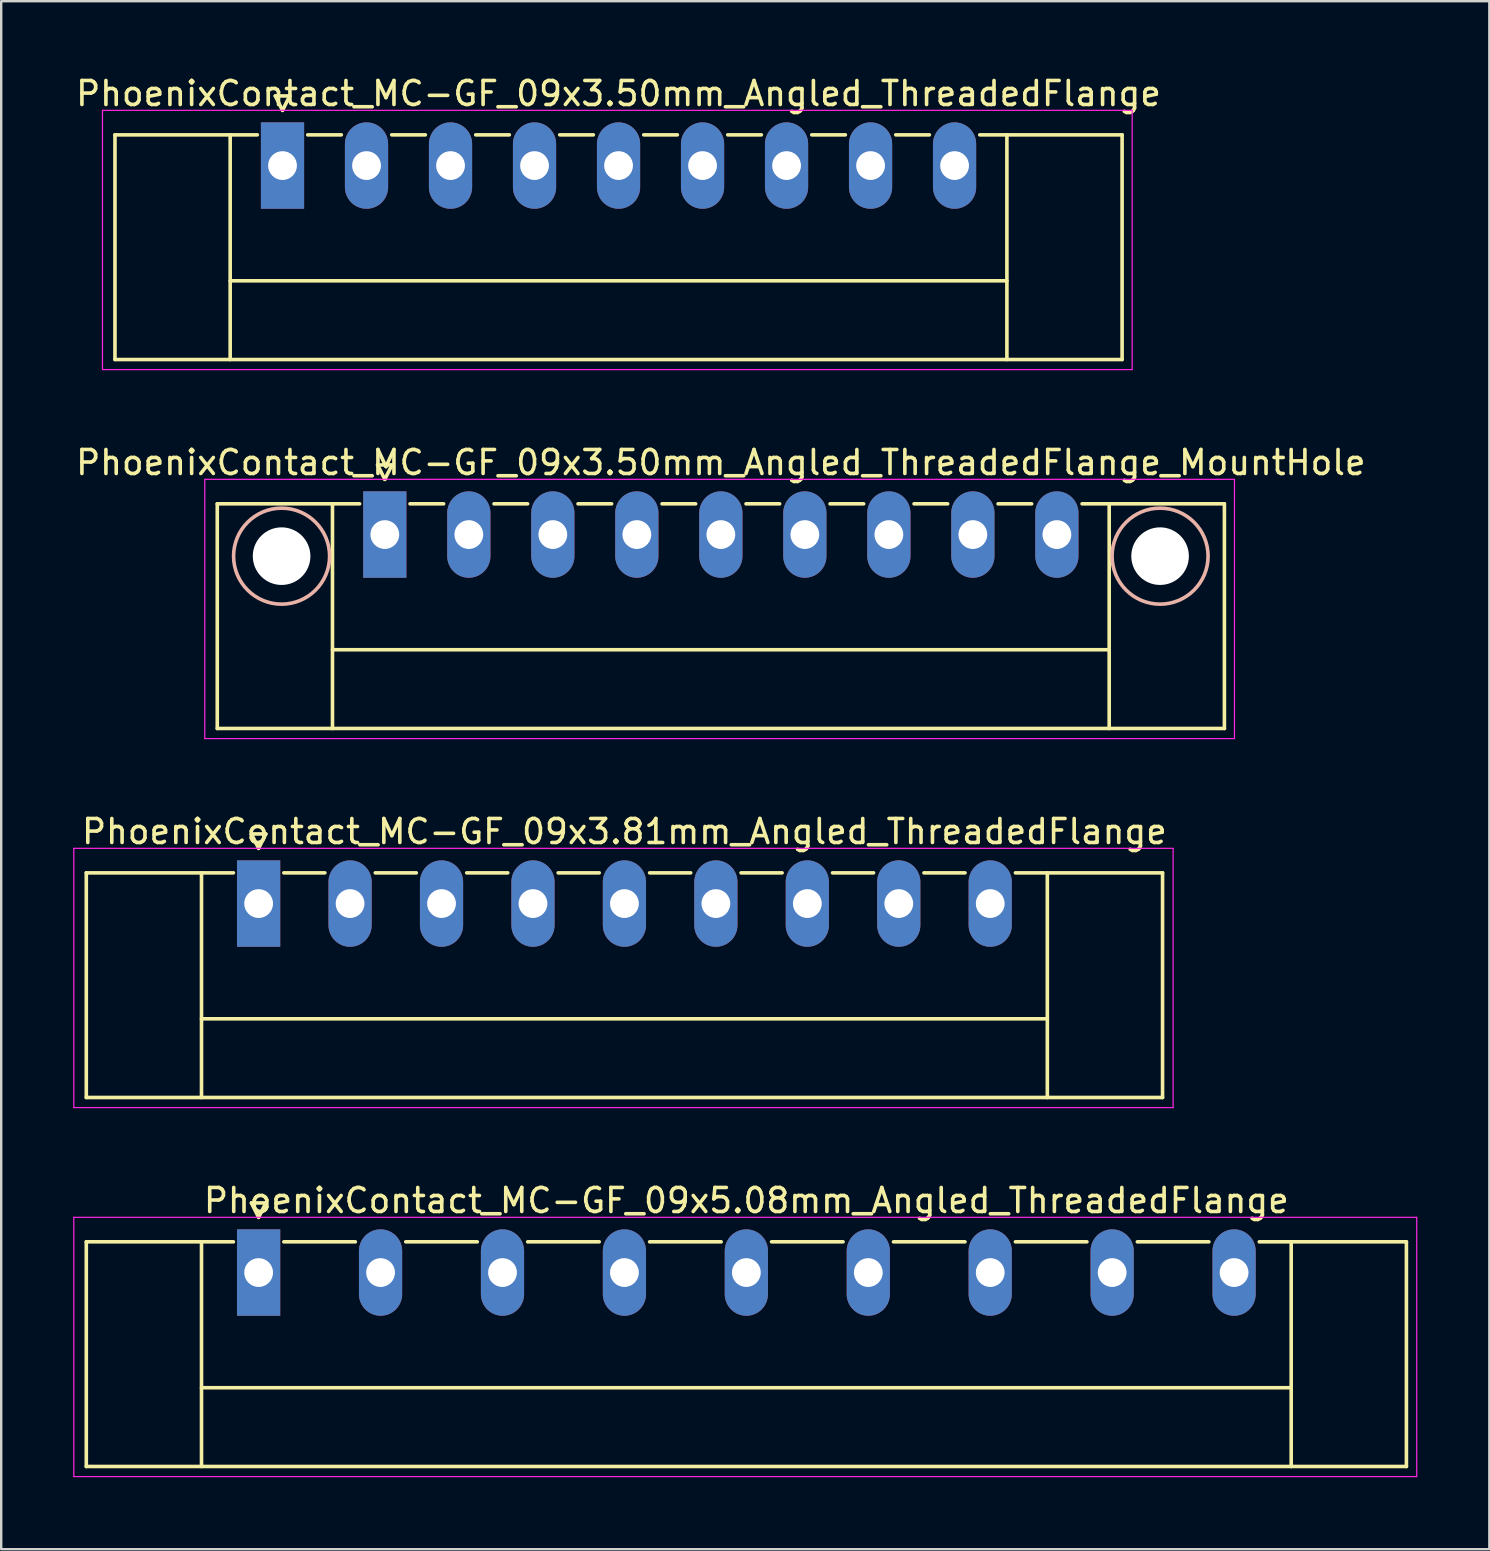
<source format=kicad_pcb>
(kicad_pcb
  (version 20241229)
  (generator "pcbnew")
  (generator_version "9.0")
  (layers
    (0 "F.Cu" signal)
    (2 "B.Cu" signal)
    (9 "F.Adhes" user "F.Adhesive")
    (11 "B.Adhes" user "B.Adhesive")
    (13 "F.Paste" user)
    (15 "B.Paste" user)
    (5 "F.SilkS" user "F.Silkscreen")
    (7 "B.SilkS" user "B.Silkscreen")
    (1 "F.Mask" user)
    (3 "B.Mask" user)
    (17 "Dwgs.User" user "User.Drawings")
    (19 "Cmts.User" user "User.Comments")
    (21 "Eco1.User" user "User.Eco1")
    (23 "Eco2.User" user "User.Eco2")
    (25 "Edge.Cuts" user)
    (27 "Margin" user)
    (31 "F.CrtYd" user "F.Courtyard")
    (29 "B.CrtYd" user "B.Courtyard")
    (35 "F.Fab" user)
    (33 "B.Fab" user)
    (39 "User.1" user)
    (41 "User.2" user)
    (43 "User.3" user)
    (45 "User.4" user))
  (footprint "PhoenixContact_MC-GF_09x3.50mm_Angled_ThreadedFlange_MountHole"
    (layer "F.Cu")
    (at 12.982 19.221)
    (property "Reference" "PhoenixContact_MC-GF_09x3.50mm_Angled_ThreadedFlange_MountHole" (at 14 -3 0) (layer "F.SilkS") (effects (font (size 1 1) (thickness 0.15))))
    (attr through_hole)
    (fp_line (start -6.98 -1.28) (end -6.98 8.08) (stroke (width 0.15) (type solid)) (layer "F.SilkS"))
    (fp_line (start -6.98 -1.28) (end -1.05 -1.28) (stroke (width 0.15) (type solid)) (layer "F.SilkS"))
    (fp_line (start -6.98 8.08) (end 34.98 8.08) (stroke (width 0.15) (type solid)) (layer "F.SilkS"))
    (fp_line (start -2.18 -1.28) (end -2.18 8.08) (stroke (width 0.15) (type solid)) (layer "F.SilkS"))
    (fp_line (start -2.18 4.8) (end 30.18 4.8) (stroke (width 0.15) (type solid)) (layer "F.SilkS"))
    (fp_line (start -0.3 -2.9) (end 0 -2.3) (stroke (width 0.15) (type solid)) (layer "F.SilkS"))
    (fp_line (start 0 -2.3) (end 0.3 -2.9) (stroke (width 0.15) (type solid)) (layer "F.SilkS"))
    (fp_line (start 0.3 -2.9) (end -0.3 -2.9) (stroke (width 0.15) (type solid)) (layer "F.SilkS"))
    (fp_line (start 1.05 -1.28) (end 2.45 -1.28) (stroke (width 0.15) (type solid)) (layer "F.SilkS"))
    (fp_line (start 4.55 -1.28) (end 5.95 -1.28) (stroke (width 0.15) (type solid)) (layer "F.SilkS"))
    (fp_line (start 8.05 -1.28) (end 9.45 -1.28) (stroke (width 0.15) (type solid)) (layer "F.SilkS"))
    (fp_line (start 11.55 -1.28) (end 12.95 -1.28) (stroke (width 0.15) (type solid)) (layer "F.SilkS"))
    (fp_line (start 15.05 -1.28) (end 16.45 -1.28) (stroke (width 0.15) (type solid)) (layer "F.SilkS"))
    (fp_line (start 18.55 -1.28) (end 19.95 -1.28) (stroke (width 0.15) (type solid)) (layer "F.SilkS"))
    (fp_line (start 22.05 -1.28) (end 23.45 -1.28) (stroke (width 0.15) (type solid)) (layer "F.SilkS"))
    (fp_line (start 25.55 -1.28) (end 26.95 -1.28) (stroke (width 0.15) (type solid)) (layer "F.SilkS"))
    (fp_line (start 30.18 -1.28) (end 30.18 8.08) (stroke (width 0.15) (type solid)) (layer "F.SilkS"))
    (fp_line (start 34.98 -1.28) (end 29.05 -1.28) (stroke (width 0.15) (type solid)) (layer "F.SilkS"))
    (fp_line (start 34.98 8.08) (end 34.98 -1.28) (stroke (width 0.15) (type solid)) (layer "F.SilkS"))
    (fp_circle (center -4.3 0.9) (end -2.3 0.9) (stroke (width 0.15) (type solid)) (fill no) (layer "B.SilkS"))
    (fp_circle (center 32.3 0.9) (end 34.3 0.9) (stroke (width 0.15) (type solid)) (fill no) (layer "B.SilkS"))
    (fp_line (start -7.5 -2.3) (end -7.5 8.5) (stroke (width 0.05) (type solid)) (layer "F.CrtYd"))
    (fp_line (start -7.5 8.5) (end 35.4 8.5) (stroke (width 0.05) (type solid)) (layer "F.CrtYd"))
    (fp_line (start 35.4 -2.3) (end -7.5 -2.3) (stroke (width 0.05) (type solid)) (layer "F.CrtYd"))
    (fp_line (start 35.4 8.5) (end 35.4 -2.3) (stroke (width 0.05) (type solid)) (layer "F.CrtYd"))
    (pad "" np_thru_hole circle (at -4.3 0.9) (size 2.4 2.4) (drill 2.4) (layers "*.Cu" "*.Mask"))
    (pad "" np_thru_hole circle (at 32.3 0.9) (size 2.4 2.4) (drill 2.4) (layers "*.Cu" "*.Mask"))
    (pad "1" thru_hole rect (at 0 0) (size 1.8 3.6) (drill 1.2) (layers "*.Cu" "*.Mask"))
    (pad "2" thru_hole oval (at 3.5 0) (size 1.8 3.6) (drill 1.2) (layers "*.Cu" "*.Mask"))
    (pad "3" thru_hole oval (at 7 0) (size 1.8 3.6) (drill 1.2) (layers "*.Cu" "*.Mask"))
    (pad "4" thru_hole oval (at 10.5 0) (size 1.8 3.6) (drill 1.2) (layers "*.Cu" "*.Mask"))
    (pad "5" thru_hole oval (at 14 0) (size 1.8 3.6) (drill 1.2) (layers "*.Cu" "*.Mask"))
    (pad "6" thru_hole oval (at 17.5 0) (size 1.8 3.6) (drill 1.2) (layers "*.Cu" "*.Mask"))
    (pad "7" thru_hole oval (at 21 0) (size 1.8 3.6) (drill 1.2) (layers "*.Cu" "*.Mask"))
    (pad "8" thru_hole oval (at 24.5 0) (size 1.8 3.6) (drill 1.2) (layers "*.Cu" "*.Mask"))
    (pad "9" thru_hole oval (at 28 0) (size 1.8 3.6) (drill 1.2) (layers "*.Cu" "*.Mask")))
  (footprint "PhoenixContact_MC-GF_09x3.50mm_Angled_ThreadedFlange"
    (layer "F.Cu")
    (at 8.72 3.848)
    (property "Reference" "PhoenixContact_MC-GF_09x3.50mm_Angled_ThreadedFlange" (at 14 -3 0) (layer "F.SilkS") (effects (font (size 1 1) (thickness 0.15))))
    (attr through_hole)
    (fp_line (start -6.98 -1.28) (end -6.98 8.08) (stroke (width 0.15) (type solid)) (layer "F.SilkS"))
    (fp_line (start -6.98 -1.28) (end -1.05 -1.28) (stroke (width 0.15) (type solid)) (layer "F.SilkS"))
    (fp_line (start -6.98 8.08) (end 34.98 8.08) (stroke (width 0.15) (type solid)) (layer "F.SilkS"))
    (fp_line (start -2.18 -1.28) (end -2.18 8.08) (stroke (width 0.15) (type solid)) (layer "F.SilkS"))
    (fp_line (start -2.18 4.8) (end 30.18 4.8) (stroke (width 0.15) (type solid)) (layer "F.SilkS"))
    (fp_line (start -0.3 -2.9) (end 0 -2.3) (stroke (width 0.15) (type solid)) (layer "F.SilkS"))
    (fp_line (start 0 -2.3) (end 0.3 -2.9) (stroke (width 0.15) (type solid)) (layer "F.SilkS"))
    (fp_line (start 0.3 -2.9) (end -0.3 -2.9) (stroke (width 0.15) (type solid)) (layer "F.SilkS"))
    (fp_line (start 1.05 -1.28) (end 2.45 -1.28) (stroke (width 0.15) (type solid)) (layer "F.SilkS"))
    (fp_line (start 4.55 -1.28) (end 5.95 -1.28) (stroke (width 0.15) (type solid)) (layer "F.SilkS"))
    (fp_line (start 8.05 -1.28) (end 9.45 -1.28) (stroke (width 0.15) (type solid)) (layer "F.SilkS"))
    (fp_line (start 11.55 -1.28) (end 12.95 -1.28) (stroke (width 0.15) (type solid)) (layer "F.SilkS"))
    (fp_line (start 15.05 -1.28) (end 16.45 -1.28) (stroke (width 0.15) (type solid)) (layer "F.SilkS"))
    (fp_line (start 18.55 -1.28) (end 19.95 -1.28) (stroke (width 0.15) (type solid)) (layer "F.SilkS"))
    (fp_line (start 22.05 -1.28) (end 23.45 -1.28) (stroke (width 0.15) (type solid)) (layer "F.SilkS"))
    (fp_line (start 25.55 -1.28) (end 26.95 -1.28) (stroke (width 0.15) (type solid)) (layer "F.SilkS"))
    (fp_line (start 30.18 -1.28) (end 30.18 8.08) (stroke (width 0.15) (type solid)) (layer "F.SilkS"))
    (fp_line (start 34.98 -1.28) (end 29.05 -1.28) (stroke (width 0.15) (type solid)) (layer "F.SilkS"))
    (fp_line (start 34.98 8.08) (end 34.98 -1.28) (stroke (width 0.15) (type solid)) (layer "F.SilkS"))
    (fp_line (start -7.5 -2.3) (end -7.5 8.5) (stroke (width 0.05) (type solid)) (layer "F.CrtYd"))
    (fp_line (start -7.5 8.5) (end 35.4 8.5) (stroke (width 0.05) (type solid)) (layer "F.CrtYd"))
    (fp_line (start 35.4 -2.3) (end -7.5 -2.3) (stroke (width 0.05) (type solid)) (layer "F.CrtYd"))
    (fp_line (start 35.4 8.5) (end 35.4 -2.3) (stroke (width 0.05) (type solid)) (layer "F.CrtYd"))
    (pad "1" thru_hole rect (at 0 0) (size 1.8 3.6) (drill 1.2) (layers "*.Cu" "*.Mask"))
    (pad "2" thru_hole oval (at 3.5 0) (size 1.8 3.6) (drill 1.2) (layers "*.Cu" "*.Mask"))
    (pad "3" thru_hole oval (at 7 0) (size 1.8 3.6) (drill 1.2) (layers "*.Cu" "*.Mask"))
    (pad "4" thru_hole oval (at 10.5 0) (size 1.8 3.6) (drill 1.2) (layers "*.Cu" "*.Mask"))
    (pad "5" thru_hole oval (at 14 0) (size 1.8 3.6) (drill 1.2) (layers "*.Cu" "*.Mask"))
    (pad "6" thru_hole oval (at 17.5 0) (size 1.8 3.6) (drill 1.2) (layers "*.Cu" "*.Mask"))
    (pad "7" thru_hole oval (at 21 0) (size 1.8 3.6) (drill 1.2) (layers "*.Cu" "*.Mask"))
    (pad "8" thru_hole oval (at 24.5 0) (size 1.8 3.6) (drill 1.2) (layers "*.Cu" "*.Mask"))
    (pad "9" thru_hole oval (at 28 0) (size 1.8 3.6) (drill 1.2) (layers "*.Cu" "*.Mask")))
  (footprint "PhoenixContact_MC-GF_09x5.08mm_Angled_ThreadedFlange"
    (layer "F.Cu")
    (at 7.725 49.968)
    (property "Reference" "PhoenixContact_MC-GF_09x5.08mm_Angled_ThreadedFlange" (at 20.32 -3 0) (layer "F.SilkS") (effects (font (size 1 1) (thickness 0.15))))
    (attr through_hole)
    (fp_line (start -7.18 -1.28) (end -7.18 8.08) (stroke (width 0.15) (type solid)) (layer "F.SilkS"))
    (fp_line (start -7.18 -1.28) (end -1.05 -1.28) (stroke (width 0.15) (type solid)) (layer "F.SilkS"))
    (fp_line (start -7.18 8.08) (end 47.82 8.08) (stroke (width 0.15) (type solid)) (layer "F.SilkS"))
    (fp_line (start -2.38 -1.28) (end -2.38 8.08) (stroke (width 0.15) (type solid)) (layer "F.SilkS"))
    (fp_line (start -2.38 4.8) (end 43.02 4.8) (stroke (width 0.15) (type solid)) (layer "F.SilkS"))
    (fp_line (start -0.3 -2.9) (end 0 -2.3) (stroke (width 0.15) (type solid)) (layer "F.SilkS"))
    (fp_line (start 0 -2.3) (end 0.3 -2.9) (stroke (width 0.15) (type solid)) (layer "F.SilkS"))
    (fp_line (start 0.3 -2.9) (end -0.3 -2.9) (stroke (width 0.15) (type solid)) (layer "F.SilkS"))
    (fp_line (start 1.05 -1.28) (end 4.03 -1.28) (stroke (width 0.15) (type solid)) (layer "F.SilkS"))
    (fp_line (start 6.13 -1.28) (end 9.11 -1.28) (stroke (width 0.15) (type solid)) (layer "F.SilkS"))
    (fp_line (start 11.21 -1.28) (end 14.19 -1.28) (stroke (width 0.15) (type solid)) (layer "F.SilkS"))
    (fp_line (start 16.29 -1.28) (end 19.27 -1.28) (stroke (width 0.15) (type solid)) (layer "F.SilkS"))
    (fp_line (start 21.37 -1.28) (end 24.35 -1.28) (stroke (width 0.15) (type solid)) (layer "F.SilkS"))
    (fp_line (start 26.45 -1.28) (end 29.43 -1.28) (stroke (width 0.15) (type solid)) (layer "F.SilkS"))
    (fp_line (start 31.53 -1.28) (end 34.51 -1.28) (stroke (width 0.15) (type solid)) (layer "F.SilkS"))
    (fp_line (start 36.61 -1.28) (end 39.59 -1.28) (stroke (width 0.15) (type solid)) (layer "F.SilkS"))
    (fp_line (start 43.02 -1.28) (end 43.02 8.08) (stroke (width 0.15) (type solid)) (layer "F.SilkS"))
    (fp_line (start 47.82 -1.28) (end 41.69 -1.28) (stroke (width 0.15) (type solid)) (layer "F.SilkS"))
    (fp_line (start 47.82 8.08) (end 47.82 -1.28) (stroke (width 0.15) (type solid)) (layer "F.SilkS"))
    (fp_line (start -7.7 -2.3) (end -7.7 8.5) (stroke (width 0.05) (type solid)) (layer "F.CrtYd"))
    (fp_line (start -7.7 8.5) (end 48.25 8.5) (stroke (width 0.05) (type solid)) (layer "F.CrtYd"))
    (fp_line (start 48.25 -2.3) (end -7.7 -2.3) (stroke (width 0.05) (type solid)) (layer "F.CrtYd"))
    (fp_line (start 48.25 8.5) (end 48.25 -2.3) (stroke (width 0.05) (type solid)) (layer "F.CrtYd"))
    (pad "1" thru_hole rect (at 0 0) (size 1.8 3.6) (drill 1.2) (layers "*.Cu" "*.Mask"))
    (pad "2" thru_hole oval (at 5.08 0) (size 1.8 3.6) (drill 1.2) (layers "*.Cu" "*.Mask"))
    (pad "3" thru_hole oval (at 10.16 0) (size 1.8 3.6) (drill 1.2) (layers "*.Cu" "*.Mask"))
    (pad "4" thru_hole oval (at 15.24 0) (size 1.8 3.6) (drill 1.2) (layers "*.Cu" "*.Mask"))
    (pad "5" thru_hole oval (at 20.32 0) (size 1.8 3.6) (drill 1.2) (layers "*.Cu" "*.Mask"))
    (pad "6" thru_hole oval (at 25.4 0) (size 1.8 3.6) (drill 1.2) (layers "*.Cu" "*.Mask"))
    (pad "7" thru_hole oval (at 30.48 0) (size 1.8 3.6) (drill 1.2) (layers "*.Cu" "*.Mask"))
    (pad "8" thru_hole oval (at 35.56 0) (size 1.8 3.6) (drill 1.2) (layers "*.Cu" "*.Mask"))
    (pad "9" thru_hole oval (at 40.64 0) (size 1.8 3.6) (drill 1.2) (layers "*.Cu" "*.Mask")))
  (footprint "PhoenixContact_MC-GF_09x3.81mm_Angled_ThreadedFlange"
    (layer "F.Cu")
    (at 7.725 34.595)
    (property "Reference" "PhoenixContact_MC-GF_09x3.81mm_Angled_ThreadedFlange" (at 15.24 -3 0) (layer "F.SilkS") (effects (font (size 1 1) (thickness 0.15))))
    (attr through_hole)
    (fp_line (start -7.18 -1.28) (end -7.18 8.08) (stroke (width 0.15) (type solid)) (layer "F.SilkS"))
    (fp_line (start -7.18 -1.28) (end -1.05 -1.28) (stroke (width 0.15) (type solid)) (layer "F.SilkS"))
    (fp_line (start -7.18 8.08) (end 37.66 8.08) (stroke (width 0.15) (type solid)) (layer "F.SilkS"))
    (fp_line (start -2.38 -1.28) (end -2.38 8.08) (stroke (width 0.15) (type solid)) (layer "F.SilkS"))
    (fp_line (start -2.38 4.8) (end 32.86 4.8) (stroke (width 0.15) (type solid)) (layer "F.SilkS"))
    (fp_line (start -0.3 -2.9) (end 0 -2.3) (stroke (width 0.15) (type solid)) (layer "F.SilkS"))
    (fp_line (start 0 -2.3) (end 0.3 -2.9) (stroke (width 0.15) (type solid)) (layer "F.SilkS"))
    (fp_line (start 0.3 -2.9) (end -0.3 -2.9) (stroke (width 0.15) (type solid)) (layer "F.SilkS"))
    (fp_line (start 1.05 -1.28) (end 2.76 -1.28) (stroke (width 0.15) (type solid)) (layer "F.SilkS"))
    (fp_line (start 4.86 -1.28) (end 6.57 -1.28) (stroke (width 0.15) (type solid)) (layer "F.SilkS"))
    (fp_line (start 8.67 -1.28) (end 10.38 -1.28) (stroke (width 0.15) (type solid)) (layer "F.SilkS"))
    (fp_line (start 12.48 -1.28) (end 14.19 -1.28) (stroke (width 0.15) (type solid)) (layer "F.SilkS"))
    (fp_line (start 16.29 -1.28) (end 18 -1.28) (stroke (width 0.15) (type solid)) (layer "F.SilkS"))
    (fp_line (start 20.1 -1.28) (end 21.81 -1.28) (stroke (width 0.15) (type solid)) (layer "F.SilkS"))
    (fp_line (start 23.91 -1.28) (end 25.62 -1.28) (stroke (width 0.15) (type solid)) (layer "F.SilkS"))
    (fp_line (start 27.72 -1.28) (end 29.43 -1.28) (stroke (width 0.15) (type solid)) (layer "F.SilkS"))
    (fp_line (start 32.86 -1.28) (end 32.86 8.08) (stroke (width 0.15) (type solid)) (layer "F.SilkS"))
    (fp_line (start 37.66 -1.28) (end 31.53 -1.28) (stroke (width 0.15) (type solid)) (layer "F.SilkS"))
    (fp_line (start 37.66 8.08) (end 37.66 -1.28) (stroke (width 0.15) (type solid)) (layer "F.SilkS"))
    (fp_line (start -7.7 -2.3) (end -7.7 8.5) (stroke (width 0.05) (type solid)) (layer "F.CrtYd"))
    (fp_line (start -7.7 8.5) (end 38.1 8.5) (stroke (width 0.05) (type solid)) (layer "F.CrtYd"))
    (fp_line (start 38.1 -2.3) (end -7.7 -2.3) (stroke (width 0.05) (type solid)) (layer "F.CrtYd"))
    (fp_line (start 38.1 8.5) (end 38.1 -2.3) (stroke (width 0.05) (type solid)) (layer "F.CrtYd"))
    (pad "1" thru_hole rect (at 0 0) (size 1.8 3.6) (drill 1.2) (layers "*.Cu" "*.Mask"))
    (pad "2" thru_hole oval (at 3.81 0) (size 1.8 3.6) (drill 1.2) (layers "*.Cu" "*.Mask"))
    (pad "3" thru_hole oval (at 7.62 0) (size 1.8 3.6) (drill 1.2) (layers "*.Cu" "*.Mask"))
    (pad "4" thru_hole oval (at 11.43 0) (size 1.8 3.6) (drill 1.2) (layers "*.Cu" "*.Mask"))
    (pad "5" thru_hole oval (at 15.24 0) (size 1.8 3.6) (drill 1.2) (layers "*.Cu" "*.Mask"))
    (pad "6" thru_hole oval (at 19.05 0) (size 1.8 3.6) (drill 1.2) (layers "*.Cu" "*.Mask"))
    (pad "7" thru_hole oval (at 22.86 0) (size 1.8 3.6) (drill 1.2) (layers "*.Cu" "*.Mask"))
    (pad "8" thru_hole oval (at 26.67 0) (size 1.8 3.6) (drill 1.2) (layers "*.Cu" "*.Mask"))
    (pad "9" thru_hole oval (at 30.48 0) (size 1.8 3.6) (drill 1.2) (layers "*.Cu" "*.Mask")))
  (gr_rect
    (start -3 -3)
    (end 59 61.493)
    (stroke (width 0.1) (type default))
    (fill no)
    (layer "Edge.Cuts")))
</source>
